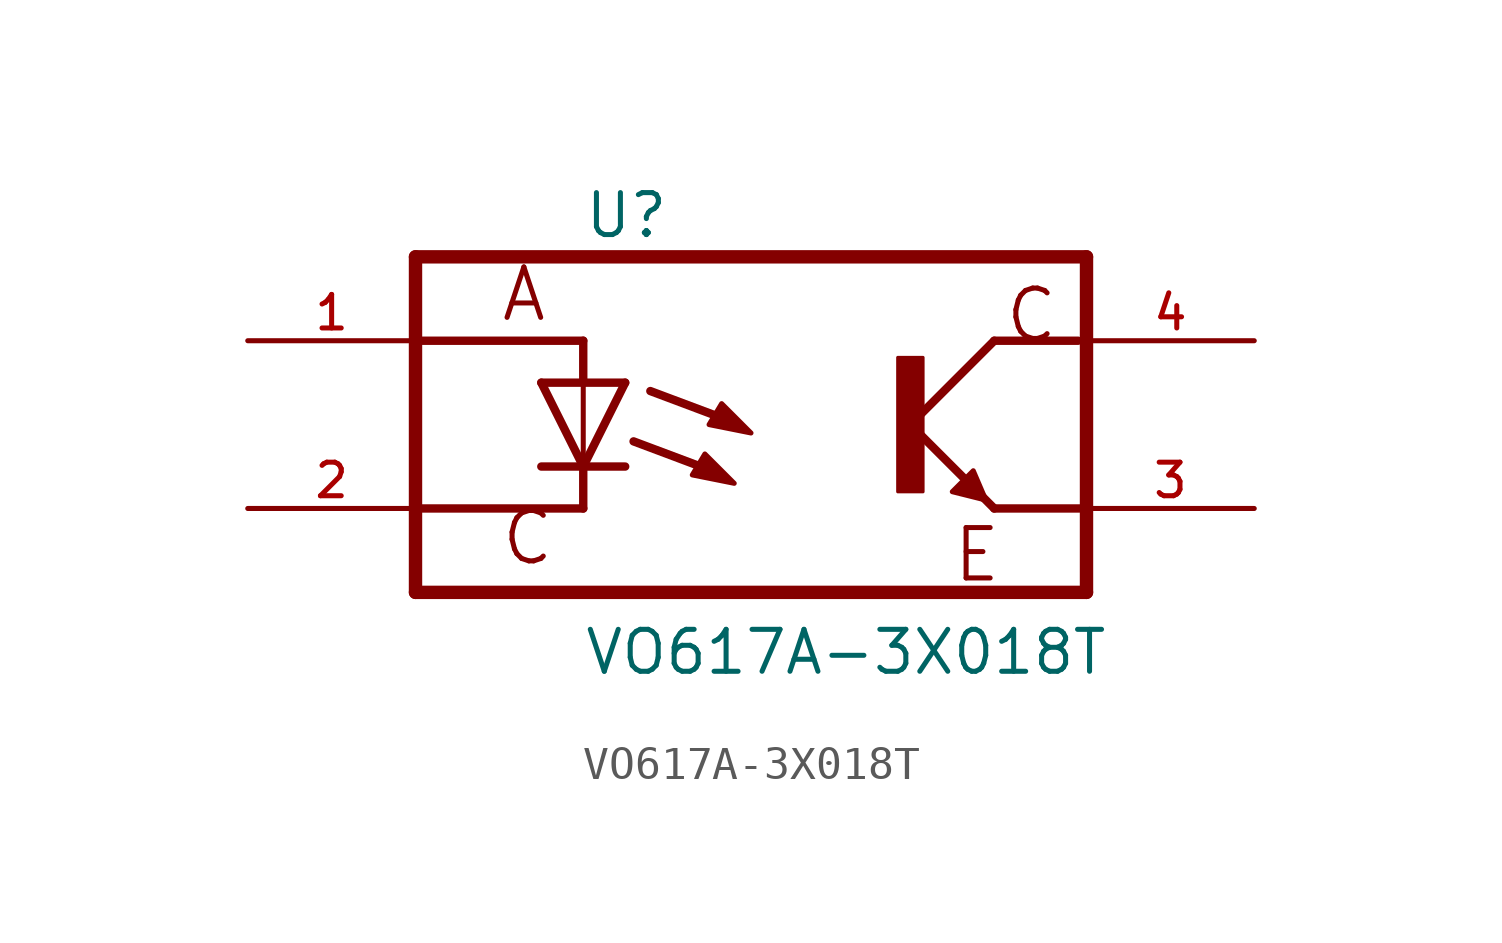
<source format=kicad_sym>
(kicad_symbol_lib
  (version 20211014)
  (generator kicad_symbol_editor)
  (symbol "VO617A-3X018T"
    (pin_names
      (offset 1.016))
    (property "Reference" "U"
      (at -5.083 5.592 0)
      (effects (font (size 1.27 1.27)) (justify bottom left)))
    (property "Value" "VO617A-3X018T"
      (at -5.088 -7.633 0)
      (effects (font (size 1.27 1.27)) (justify bottom left)))
    (symbol "VO617A-3X018T_0_0"
      (polyline (pts (xy -3.81 1.27) (xy -5.08 -1.27)) (stroke (width 0.254)))
      (polyline (pts (xy -5.08 -1.27) (xy -6.35 1.27)) (stroke (width 0.254)))
      (polyline (pts (xy -3.81 -1.27) (xy -5.08 -1.27)) (stroke (width 0.254)))
      (polyline (pts (xy -5.08 -1.27) (xy -6.35 -1.27)) (stroke (width 0.254)))
      (polyline (pts (xy -3.81 1.27) (xy -5.08 1.27)) (stroke (width 0.254)))
      (polyline (pts (xy -5.08 1.27) (xy -6.35 1.27)) (stroke (width 0.254)))
      (polyline (pts (xy -5.08 1.27) (xy -5.08 -1.27)) (stroke (width 0.152)))
      (polyline (pts (xy -5.08 -1.27) (xy -5.08 -2.54)) (stroke (width 0.254)))
      (polyline (pts (xy 4.826 0.0) (xy 7.366 2.54)) (stroke (width 0.254)))
      (polyline (pts (xy -5.08 1.27) (xy -5.08 2.54)) (stroke (width 0.254)))
      (rectangle (start 4.446 -2.032) (end 5.207 2.032) (stroke (width 0.1)) (fill (type outline)))
      (polyline (pts (xy -10.16 -2.54) (xy -10.16 2.54)) (stroke (width 0.406)))
      (polyline (pts (xy -10.16 2.54) (xy -5.08 2.54)) (stroke (width 0.254)))
      (polyline (pts (xy -5.08 -2.54) (xy -10.16 -2.54)) (stroke (width 0.254)))
      (polyline (pts (xy 6.731 -1.397) (xy 6.096 -2.032) (xy 7.112 -2.286) (xy 6.731 -1.397)) (stroke (width 0.152)) (fill (type outline)))
      (polyline (pts (xy 9.906 2.54) (xy 7.366 2.54)) (stroke (width 0.254)))
      (polyline (pts (xy -10.16 2.54) (xy -10.16 5.08)) (stroke (width 0.406)))
      (polyline (pts (xy -10.16 5.08) (xy 10.16 5.08)) (stroke (width 0.406)))
      (polyline (pts (xy 4.826 0.0) (xy 7.366 -2.54)) (stroke (width 0.254)))
      (polyline (pts (xy -10.16 -2.54) (xy -10.16 -5.08)) (stroke (width 0.406)))
      (polyline (pts (xy -10.16 -5.08) (xy 10.16 -5.08)) (stroke (width 0.406)))
      (polyline (pts (xy 10.16 -5.08) (xy 10.16 -2.54)) (stroke (width 0.406)))
      (polyline (pts (xy -0.889 0.635) (xy 0.0 -0.254) (xy -1.27 0.0) (xy -0.889 0.635)) (stroke (width 0.152)) (fill (type outline)))
      (polyline (pts (xy 10.16 -2.54) (xy 10.16 5.08)) (stroke (width 0.406)))
      (polyline (pts (xy 7.366 -2.54) (xy 10.16 -2.54)) (stroke (width 0.254)))
      (polyline (pts (xy -3.048 1.016) (xy -1.016 0.254)) (stroke (width 0.254)))
      (polyline (pts (xy -1.397 -0.889) (xy -0.508 -1.778) (xy -1.778 -1.524) (xy -1.397 -0.889)) (stroke (width 0.152)) (fill (type outline)))
      (polyline (pts (xy -3.556 -0.508) (xy -1.524 -1.27)) (stroke (width 0.254)))
      (text "C" (at 7.631 3.307 0) (effects (font (size 1.526 1.526)) (justify left)))
      (text "A" (at -7.633 3.053 0) (effects (font (size 1.527 1.527)) (justify bottom left)))
      (text "E" (at 7.632 -3.053 0) (effects (font (size 1.526 1.526)) (justify top right)))
      (text "C" (at -7.626 -4.321 0) (effects (font (size 1.525 1.525)) (justify bottom left)))
      (pin passive line (at -15.24 2.54 0) (length 5.08) (name "~" (effects (font (size 1.016 1.016)))) (number "1" (effects (font (size 1.016 1.016)))))
      (pin passive line (at -15.24 -2.54 0) (length 5.08) (name "~" (effects (font (size 1.016 1.016)))) (number "2" (effects (font (size 1.016 1.016)))))
      (pin passive line (at 15.24 -2.54 180.0) (length 5.08) (name "~" (effects (font (size 1.016 1.016)))) (number "3" (effects (font (size 1.016 1.016)))))
      (pin passive line (at 15.24 2.54 180.0) (length 5.08) (name "~" (effects (font (size 1.016 1.016)))) (number "4" (effects (font (size 1.016 1.016))))))))
</source>
